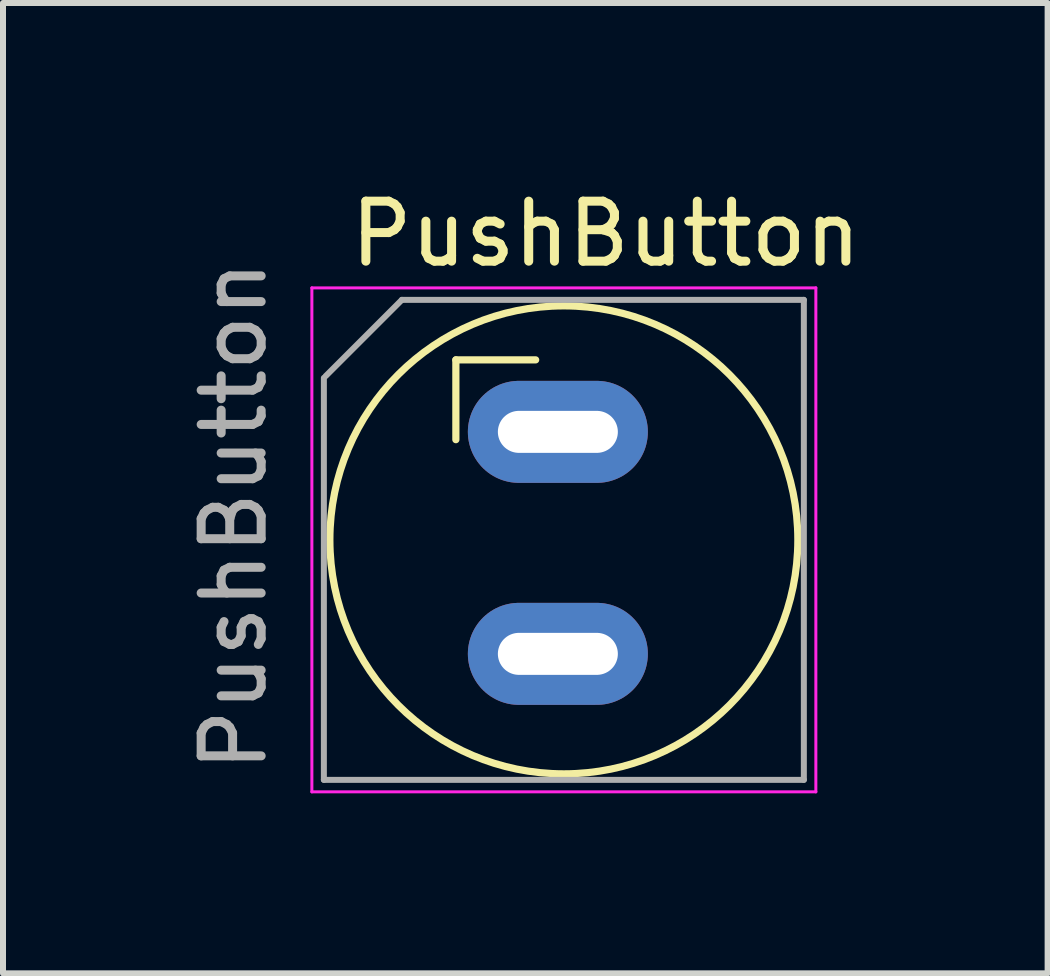
<source format=kicad_pcb>
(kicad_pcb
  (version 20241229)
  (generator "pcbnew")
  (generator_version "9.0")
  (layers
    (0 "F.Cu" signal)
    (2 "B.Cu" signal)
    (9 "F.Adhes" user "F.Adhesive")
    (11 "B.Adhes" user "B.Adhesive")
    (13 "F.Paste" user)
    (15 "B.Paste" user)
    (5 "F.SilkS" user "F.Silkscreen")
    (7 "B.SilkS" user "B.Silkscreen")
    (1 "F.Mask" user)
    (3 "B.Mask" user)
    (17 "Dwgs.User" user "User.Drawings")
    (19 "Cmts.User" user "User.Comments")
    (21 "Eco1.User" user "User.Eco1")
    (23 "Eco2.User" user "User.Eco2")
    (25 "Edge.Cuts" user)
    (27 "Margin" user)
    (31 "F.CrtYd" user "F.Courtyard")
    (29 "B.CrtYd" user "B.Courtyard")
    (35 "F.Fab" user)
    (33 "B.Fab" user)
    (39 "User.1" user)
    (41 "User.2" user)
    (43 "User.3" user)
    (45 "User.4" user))
  (footprint "PushButton"
    (layer "F.Cu")
    (at 6.248 4.148)
    (property "Reference" "PushButton" (at 0.8 -3.3 0) (layer "F.SilkS") (effects (font (size 1 1) (thickness 0.15))))
    (attr through_hole)
    (fp_line (start -1.7 -1.2) (end -0.37 -1.2) (stroke (width 0.12) (type solid)) (layer "F.SilkS"))
    (fp_line (start -1.7 0.13) (end -1.7 -1.2) (stroke (width 0.12) (type solid)) (layer "F.SilkS"))
    (fp_circle (center 0.1 1.8) (end 4 1.8) (stroke (width 0.12) (type solid)) (fill no) (layer "F.SilkS"))
    (fp_line (start -4.1 -2.4) (end -4.1 6) (stroke (width 0.05) (type solid)) (layer "F.CrtYd"))
    (fp_line (start -4.1 6) (end 4.3 6) (stroke (width 0.05) (type solid)) (layer "F.CrtYd"))
    (fp_line (start 4.3 -2.4) (end -4.1 -2.4) (stroke (width 0.05) (type solid)) (layer "F.CrtYd"))
    (fp_line (start 4.3 6) (end 4.3 -2.4) (stroke (width 0.05) (type solid)) (layer "F.CrtYd"))
    (fp_line (start -3.9 5.8) (end -3.9 -0.9) (stroke (width 0.1) (type solid)) (layer "F.Fab"))
    (fp_line (start -3.87 -0.93) (end -2.6 -2.2) (stroke (width 0.1) (type solid)) (layer "F.Fab"))
    (fp_line (start -2.6 -2.2) (end 4.1 -2.2) (stroke (width 0.1) (type solid)) (layer "F.Fab"))
    (fp_line (start 4.1 -2.2) (end 4.1 5.8) (stroke (width 0.1) (type solid)) (layer "F.Fab"))
    (fp_line (start 4.1 5.8) (end -3.9 5.8) (stroke (width 0.1) (type solid)) (layer "F.Fab"))
    (fp_text user "${REFERENCE}" (at -5.4 1.4 90) (layer "F.Fab") (effects (font (size 1 1) (thickness 0.15))))
    (pad "1" thru_hole oval (at 0 0) (size 3 1.7) (drill oval 2 0.7) (layers "*.Cu" "*.Mask"))
    (pad "2" thru_hole oval (at 0 3.7) (size 3 1.7) (drill oval 2 0.7) (layers "*.Cu" "*.Mask")))
  (gr_rect
    (start -3 -3)
    (end 14.411 13.173)
    (stroke (width 0.1) (type default))
    (fill no)
    (layer "Edge.Cuts")))
</source>
